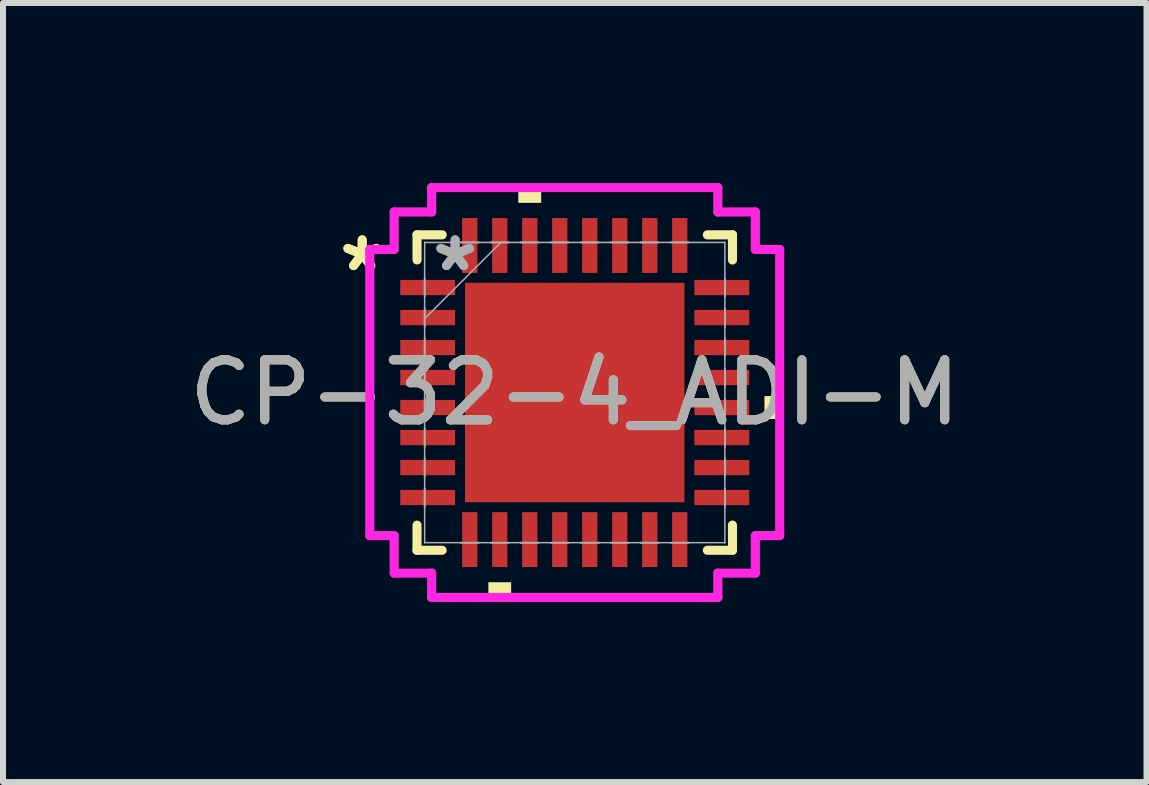
<source format=kicad_pcb>
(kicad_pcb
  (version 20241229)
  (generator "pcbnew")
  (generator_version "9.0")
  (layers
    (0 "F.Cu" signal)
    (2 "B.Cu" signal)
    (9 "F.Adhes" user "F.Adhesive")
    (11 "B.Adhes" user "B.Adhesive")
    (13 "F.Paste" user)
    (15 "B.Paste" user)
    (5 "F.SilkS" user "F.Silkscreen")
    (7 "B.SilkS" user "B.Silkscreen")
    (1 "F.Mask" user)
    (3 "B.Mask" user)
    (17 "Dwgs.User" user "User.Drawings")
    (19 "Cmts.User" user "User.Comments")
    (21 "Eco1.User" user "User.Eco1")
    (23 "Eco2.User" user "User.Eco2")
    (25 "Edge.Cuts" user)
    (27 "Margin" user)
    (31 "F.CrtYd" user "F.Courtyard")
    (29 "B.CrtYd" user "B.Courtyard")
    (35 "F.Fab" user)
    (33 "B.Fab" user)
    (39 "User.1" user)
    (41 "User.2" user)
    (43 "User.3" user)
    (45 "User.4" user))
  (footprint "CP-32-4_ADI-M"
    (layer "F.Cu")
    (at 6.53 3.493)
    (property "Reference" "CP-32-4_ADI-M" (at 0 0 0) (unlocked yes) (layer "F.SilkS") (effects (font (size 1 1) (thickness 0.15))))
    (attr smd)
    (fp_line (start -2.629 -2.629) (end -2.629 -2.21) (stroke (width 0.152) (type solid)) (layer "F.SilkS"))
    (fp_line (start -2.629 2.21) (end -2.629 2.629) (stroke (width 0.152) (type solid)) (layer "F.SilkS"))
    (fp_line (start -2.629 2.629) (end -2.21 2.629) (stroke (width 0.152) (type solid)) (layer "F.SilkS"))
    (fp_line (start -2.21 -2.629) (end -2.629 -2.629) (stroke (width 0.152) (type solid)) (layer "F.SilkS"))
    (fp_line (start 2.21 2.629) (end 2.629 2.629) (stroke (width 0.152) (type solid)) (layer "F.SilkS"))
    (fp_line (start 2.629 -2.629) (end 2.21 -2.629) (stroke (width 0.152) (type solid)) (layer "F.SilkS"))
    (fp_line (start 2.629 -2.21) (end 2.629 -2.629) (stroke (width 0.152) (type solid)) (layer "F.SilkS"))
    (fp_line (start 2.629 2.629) (end 2.629 2.21) (stroke (width 0.152) (type solid)) (layer "F.SilkS"))
    (fp_poly (pts (xy -1.44 3.162) (xy -1.44 3.416) (xy -1.06 3.416) (xy -1.06 3.162)) (stroke (width 0) (type solid)) (fill yes) (layer "F.SilkS"))
    (fp_poly (pts (xy -0.941 -3.162) (xy -0.941 -3.416) (xy -0.56 -3.416) (xy -0.56 -3.162)) (stroke (width 0) (type solid)) (fill yes) (layer "F.SilkS"))
    (fp_poly (pts (xy 3.416 0.059) (xy 3.416 0.441) (xy 3.162 0.441) (xy 3.162 0.059)) (stroke (width 0) (type solid)) (fill yes) (layer "F.SilkS"))
    (fp_poly (pts (xy -1.729 -1.729) (xy -1.729 -0.1) (xy -0.1 -0.1) (xy -0.1 -1.729)) (stroke (width 0) (type solid)) (fill yes) (layer "F.Paste"))
    (fp_poly (pts (xy -1.729 0.1) (xy -1.729 1.729) (xy -0.1 1.729) (xy -0.1 0.1)) (stroke (width 0) (type solid)) (fill yes) (layer "F.Paste"))
    (fp_poly (pts (xy 0.1 -1.729) (xy 0.1 -0.1) (xy 1.729 -0.1) (xy 1.729 -1.729)) (stroke (width 0) (type solid)) (fill yes) (layer "F.Paste"))
    (fp_poly (pts (xy 0.1 0.1) (xy 0.1 1.729) (xy 1.729 1.729) (xy 1.729 0.1)) (stroke (width 0) (type solid)) (fill yes) (layer "F.Paste"))
    (fp_line (start -3.416 -2.385) (end -3.01 -2.385) (stroke (width 0.152) (type solid)) (layer "F.CrtYd"))
    (fp_line (start -3.416 2.385) (end -3.416 -2.385) (stroke (width 0.152) (type solid)) (layer "F.CrtYd"))
    (fp_line (start -3.01 -3.01) (end -2.385 -3.01) (stroke (width 0.152) (type solid)) (layer "F.CrtYd"))
    (fp_line (start -3.01 -2.385) (end -3.01 -3.01) (stroke (width 0.152) (type solid)) (layer "F.CrtYd"))
    (fp_line (start -3.01 2.385) (end -3.416 2.385) (stroke (width 0.152) (type solid)) (layer "F.CrtYd"))
    (fp_line (start -3.01 3.01) (end -3.01 2.385) (stroke (width 0.152) (type solid)) (layer "F.CrtYd"))
    (fp_line (start -2.385 -3.416) (end 2.385 -3.416) (stroke (width 0.152) (type solid)) (layer "F.CrtYd"))
    (fp_line (start -2.385 -3.01) (end -2.385 -3.416) (stroke (width 0.152) (type solid)) (layer "F.CrtYd"))
    (fp_line (start -2.385 3.01) (end -3.01 3.01) (stroke (width 0.152) (type solid)) (layer "F.CrtYd"))
    (fp_line (start -2.385 3.416) (end -2.385 3.01) (stroke (width 0.152) (type solid)) (layer "F.CrtYd"))
    (fp_line (start 2.385 -3.416) (end 2.385 -3.01) (stroke (width 0.152) (type solid)) (layer "F.CrtYd"))
    (fp_line (start 2.385 -3.01) (end 3.01 -3.01) (stroke (width 0.152) (type solid)) (layer "F.CrtYd"))
    (fp_line (start 2.385 3.01) (end 2.385 3.416) (stroke (width 0.152) (type solid)) (layer "F.CrtYd"))
    (fp_line (start 2.385 3.416) (end -2.385 3.416) (stroke (width 0.152) (type solid)) (layer "F.CrtYd"))
    (fp_line (start 3.01 -3.01) (end 3.01 -2.385) (stroke (width 0.152) (type solid)) (layer "F.CrtYd"))
    (fp_line (start 3.01 -2.385) (end 3.416 -2.385) (stroke (width 0.152) (type solid)) (layer "F.CrtYd"))
    (fp_line (start 3.01 2.385) (end 3.01 3.01) (stroke (width 0.152) (type solid)) (layer "F.CrtYd"))
    (fp_line (start 3.01 3.01) (end 2.385 3.01) (stroke (width 0.152) (type solid)) (layer "F.CrtYd"))
    (fp_line (start 3.416 -2.385) (end 3.416 2.385) (stroke (width 0.152) (type solid)) (layer "F.CrtYd"))
    (fp_line (start 3.416 2.385) (end 3.01 2.385) (stroke (width 0.152) (type solid)) (layer "F.CrtYd"))
    (fp_line (start -2.502 -2.502) (end -2.502 -2.502) (stroke (width 0.025) (type solid)) (layer "F.Fab"))
    (fp_line (start -2.502 -2.502) (end -2.502 2.502) (stroke (width 0.025) (type solid)) (layer "F.Fab"))
    (fp_line (start -2.502 -1.902) (end -2.502 -1.902) (stroke (width 0.025) (type solid)) (layer "F.Fab"))
    (fp_line (start -2.502 -1.902) (end -2.502 -1.598) (stroke (width 0.025) (type solid)) (layer "F.Fab"))
    (fp_line (start -2.502 -1.598) (end -2.502 -1.902) (stroke (width 0.025) (type solid)) (layer "F.Fab"))
    (fp_line (start -2.502 -1.598) (end -2.502 -1.598) (stroke (width 0.025) (type solid)) (layer "F.Fab"))
    (fp_line (start -2.502 -1.402) (end -2.502 -1.402) (stroke (width 0.025) (type solid)) (layer "F.Fab"))
    (fp_line (start -2.502 -1.402) (end -2.502 -1.098) (stroke (width 0.025) (type solid)) (layer "F.Fab"))
    (fp_line (start -2.502 -1.232) (end -1.232 -2.502) (stroke (width 0.025) (type solid)) (layer "F.Fab"))
    (fp_line (start -2.502 -1.098) (end -2.502 -1.402) (stroke (width 0.025) (type solid)) (layer "F.Fab"))
    (fp_line (start -2.502 -1.098) (end -2.502 -1.098) (stroke (width 0.025) (type solid)) (layer "F.Fab"))
    (fp_line (start -2.502 -0.902) (end -2.502 -0.902) (stroke (width 0.025) (type solid)) (layer "F.Fab"))
    (fp_line (start -2.502 -0.902) (end -2.502 -0.598) (stroke (width 0.025) (type solid)) (layer "F.Fab"))
    (fp_line (start -2.502 -0.598) (end -2.502 -0.902) (stroke (width 0.025) (type solid)) (layer "F.Fab"))
    (fp_line (start -2.502 -0.598) (end -2.502 -0.598) (stroke (width 0.025) (type solid)) (layer "F.Fab"))
    (fp_line (start -2.502 -0.402) (end -2.502 -0.402) (stroke (width 0.025) (type solid)) (layer "F.Fab"))
    (fp_line (start -2.502 -0.402) (end -2.502 -0.098) (stroke (width 0.025) (type solid)) (layer "F.Fab"))
    (fp_line (start -2.502 -0.098) (end -2.502 -0.402) (stroke (width 0.025) (type solid)) (layer "F.Fab"))
    (fp_line (start -2.502 -0.098) (end -2.502 -0.098) (stroke (width 0.025) (type solid)) (layer "F.Fab"))
    (fp_line (start -2.502 0.098) (end -2.502 0.098) (stroke (width 0.025) (type solid)) (layer "F.Fab"))
    (fp_line (start -2.502 0.098) (end -2.502 0.402) (stroke (width 0.025) (type solid)) (layer "F.Fab"))
    (fp_line (start -2.502 0.402) (end -2.502 0.098) (stroke (width 0.025) (type solid)) (layer "F.Fab"))
    (fp_line (start -2.502 0.402) (end -2.502 0.402) (stroke (width 0.025) (type solid)) (layer "F.Fab"))
    (fp_line (start -2.502 0.598) (end -2.502 0.598) (stroke (width 0.025) (type solid)) (layer "F.Fab"))
    (fp_line (start -2.502 0.598) (end -2.502 0.902) (stroke (width 0.025) (type solid)) (layer "F.Fab"))
    (fp_line (start -2.502 0.902) (end -2.502 0.598) (stroke (width 0.025) (type solid)) (layer "F.Fab"))
    (fp_line (start -2.502 0.902) (end -2.502 0.902) (stroke (width 0.025) (type solid)) (layer "F.Fab"))
    (fp_line (start -2.502 1.098) (end -2.502 1.098) (stroke (width 0.025) (type solid)) (layer "F.Fab"))
    (fp_line (start -2.502 1.098) (end -2.502 1.402) (stroke (width 0.025) (type solid)) (layer "F.Fab"))
    (fp_line (start -2.502 1.402) (end -2.502 1.098) (stroke (width 0.025) (type solid)) (layer "F.Fab"))
    (fp_line (start -2.502 1.402) (end -2.502 1.402) (stroke (width 0.025) (type solid)) (layer "F.Fab"))
    (fp_line (start -2.502 1.598) (end -2.502 1.598) (stroke (width 0.025) (type solid)) (layer "F.Fab"))
    (fp_line (start -2.502 1.598) (end -2.502 1.902) (stroke (width 0.025) (type solid)) (layer "F.Fab"))
    (fp_line (start -2.502 1.902) (end -2.502 1.598) (stroke (width 0.025) (type solid)) (layer "F.Fab"))
    (fp_line (start -2.502 1.902) (end -2.502 1.902) (stroke (width 0.025) (type solid)) (layer "F.Fab"))
    (fp_line (start -2.502 2.502) (end -2.502 2.502) (stroke (width 0.025) (type solid)) (layer "F.Fab"))
    (fp_line (start -2.502 2.502) (end 2.502 2.502) (stroke (width 0.025) (type solid)) (layer "F.Fab"))
    (fp_line (start -1.902 -2.502) (end -1.902 -2.502) (stroke (width 0.025) (type solid)) (layer "F.Fab"))
    (fp_line (start -1.902 -2.502) (end -1.598 -2.502) (stroke (width 0.025) (type solid)) (layer "F.Fab"))
    (fp_line (start -1.902 2.502) (end -1.902 2.502) (stroke (width 0.025) (type solid)) (layer "F.Fab"))
    (fp_line (start -1.902 2.502) (end -1.598 2.502) (stroke (width 0.025) (type solid)) (layer "F.Fab"))
    (fp_line (start -1.598 -2.502) (end -1.902 -2.502) (stroke (width 0.025) (type solid)) (layer "F.Fab"))
    (fp_line (start -1.598 -2.502) (end -1.598 -2.502) (stroke (width 0.025) (type solid)) (layer "F.Fab"))
    (fp_line (start -1.598 2.502) (end -1.902 2.502) (stroke (width 0.025) (type solid)) (layer "F.Fab"))
    (fp_line (start -1.598 2.502) (end -1.598 2.502) (stroke (width 0.025) (type solid)) (layer "F.Fab"))
    (fp_line (start -1.402 -2.502) (end -1.402 -2.502) (stroke (width 0.025) (type solid)) (layer "F.Fab"))
    (fp_line (start -1.402 -2.502) (end -1.098 -2.502) (stroke (width 0.025) (type solid)) (layer "F.Fab"))
    (fp_line (start -1.402 2.502) (end -1.402 2.502) (stroke (width 0.025) (type solid)) (layer "F.Fab"))
    (fp_line (start -1.402 2.502) (end -1.098 2.502) (stroke (width 0.025) (type solid)) (layer "F.Fab"))
    (fp_line (start -1.098 -2.502) (end -1.402 -2.502) (stroke (width 0.025) (type solid)) (layer "F.Fab"))
    (fp_line (start -1.098 -2.502) (end -1.098 -2.502) (stroke (width 0.025) (type solid)) (layer "F.Fab"))
    (fp_line (start -1.098 2.502) (end -1.402 2.502) (stroke (width 0.025) (type solid)) (layer "F.Fab"))
    (fp_line (start -1.098 2.502) (end -1.098 2.502) (stroke (width 0.025) (type solid)) (layer "F.Fab"))
    (fp_line (start -0.902 -2.502) (end -0.902 -2.502) (stroke (width 0.025) (type solid)) (layer "F.Fab"))
    (fp_line (start -0.902 -2.502) (end -0.598 -2.502) (stroke (width 0.025) (type solid)) (layer "F.Fab"))
    (fp_line (start -0.902 2.502) (end -0.902 2.502) (stroke (width 0.025) (type solid)) (layer "F.Fab"))
    (fp_line (start -0.902 2.502) (end -0.598 2.502) (stroke (width 0.025) (type solid)) (layer "F.Fab"))
    (fp_line (start -0.598 -2.502) (end -0.902 -2.502) (stroke (width 0.025) (type solid)) (layer "F.Fab"))
    (fp_line (start -0.598 -2.502) (end -0.598 -2.502) (stroke (width 0.025) (type solid)) (layer "F.Fab"))
    (fp_line (start -0.598 2.502) (end -0.902 2.502) (stroke (width 0.025) (type solid)) (layer "F.Fab"))
    (fp_line (start -0.598 2.502) (end -0.598 2.502) (stroke (width 0.025) (type solid)) (layer "F.Fab"))
    (fp_line (start -0.402 -2.502) (end -0.402 -2.502) (stroke (width 0.025) (type solid)) (layer "F.Fab"))
    (fp_line (start -0.402 -2.502) (end -0.098 -2.502) (stroke (width 0.025) (type solid)) (layer "F.Fab"))
    (fp_line (start -0.402 2.502) (end -0.402 2.502) (stroke (width 0.025) (type solid)) (layer "F.Fab"))
    (fp_line (start -0.402 2.502) (end -0.098 2.502) (stroke (width 0.025) (type solid)) (layer "F.Fab"))
    (fp_line (start -0.098 -2.502) (end -0.402 -2.502) (stroke (width 0.025) (type solid)) (layer "F.Fab"))
    (fp_line (start -0.098 -2.502) (end -0.098 -2.502) (stroke (width 0.025) (type solid)) (layer "F.Fab"))
    (fp_line (start -0.098 2.502) (end -0.402 2.502) (stroke (width 0.025) (type solid)) (layer "F.Fab"))
    (fp_line (start -0.098 2.502) (end -0.098 2.502) (stroke (width 0.025) (type solid)) (layer "F.Fab"))
    (fp_line (start 0.098 -2.502) (end 0.098 -2.502) (stroke (width 0.025) (type solid)) (layer "F.Fab"))
    (fp_line (start 0.098 -2.502) (end 0.402 -2.502) (stroke (width 0.025) (type solid)) (layer "F.Fab"))
    (fp_line (start 0.098 2.502) (end 0.098 2.502) (stroke (width 0.025) (type solid)) (layer "F.Fab"))
    (fp_line (start 0.098 2.502) (end 0.402 2.502) (stroke (width 0.025) (type solid)) (layer "F.Fab"))
    (fp_line (start 0.402 -2.502) (end 0.098 -2.502) (stroke (width 0.025) (type solid)) (layer "F.Fab"))
    (fp_line (start 0.402 -2.502) (end 0.402 -2.502) (stroke (width 0.025) (type solid)) (layer "F.Fab"))
    (fp_line (start 0.402 2.502) (end 0.098 2.502) (stroke (width 0.025) (type solid)) (layer "F.Fab"))
    (fp_line (start 0.402 2.502) (end 0.402 2.502) (stroke (width 0.025) (type solid)) (layer "F.Fab"))
    (fp_line (start 0.598 -2.502) (end 0.598 -2.502) (stroke (width 0.025) (type solid)) (layer "F.Fab"))
    (fp_line (start 0.598 -2.502) (end 0.902 -2.502) (stroke (width 0.025) (type solid)) (layer "F.Fab"))
    (fp_line (start 0.598 2.502) (end 0.598 2.502) (stroke (width 0.025) (type solid)) (layer "F.Fab"))
    (fp_line (start 0.598 2.502) (end 0.902 2.502) (stroke (width 0.025) (type solid)) (layer "F.Fab"))
    (fp_line (start 0.902 -2.502) (end 0.598 -2.502) (stroke (width 0.025) (type solid)) (layer "F.Fab"))
    (fp_line (start 0.902 -2.502) (end 0.902 -2.502) (stroke (width 0.025) (type solid)) (layer "F.Fab"))
    (fp_line (start 0.902 2.502) (end 0.598 2.502) (stroke (width 0.025) (type solid)) (layer "F.Fab"))
    (fp_line (start 0.902 2.502) (end 0.902 2.502) (stroke (width 0.025) (type solid)) (layer "F.Fab"))
    (fp_line (start 1.098 -2.502) (end 1.098 -2.502) (stroke (width 0.025) (type solid)) (layer "F.Fab"))
    (fp_line (start 1.098 -2.502) (end 1.402 -2.502) (stroke (width 0.025) (type solid)) (layer "F.Fab"))
    (fp_line (start 1.098 2.502) (end 1.098 2.502) (stroke (width 0.025) (type solid)) (layer "F.Fab"))
    (fp_line (start 1.098 2.502) (end 1.402 2.502) (stroke (width 0.025) (type solid)) (layer "F.Fab"))
    (fp_line (start 1.402 -2.502) (end 1.098 -2.502) (stroke (width 0.025) (type solid)) (layer "F.Fab"))
    (fp_line (start 1.402 -2.502) (end 1.402 -2.502) (stroke (width 0.025) (type solid)) (layer "F.Fab"))
    (fp_line (start 1.402 2.502) (end 1.098 2.502) (stroke (width 0.025) (type solid)) (layer "F.Fab"))
    (fp_line (start 1.402 2.502) (end 1.402 2.502) (stroke (width 0.025) (type solid)) (layer "F.Fab"))
    (fp_line (start 1.598 -2.502) (end 1.598 -2.502) (stroke (width 0.025) (type solid)) (layer "F.Fab"))
    (fp_line (start 1.598 -2.502) (end 1.902 -2.502) (stroke (width 0.025) (type solid)) (layer "F.Fab"))
    (fp_line (start 1.598 2.502) (end 1.598 2.502) (stroke (width 0.025) (type solid)) (layer "F.Fab"))
    (fp_line (start 1.598 2.502) (end 1.902 2.502) (stroke (width 0.025) (type solid)) (layer "F.Fab"))
    (fp_line (start 1.902 -2.502) (end 1.598 -2.502) (stroke (width 0.025) (type solid)) (layer "F.Fab"))
    (fp_line (start 1.902 -2.502) (end 1.902 -2.502) (stroke (width 0.025) (type solid)) (layer "F.Fab"))
    (fp_line (start 1.902 2.502) (end 1.598 2.502) (stroke (width 0.025) (type solid)) (layer "F.Fab"))
    (fp_line (start 1.902 2.502) (end 1.902 2.502) (stroke (width 0.025) (type solid)) (layer "F.Fab"))
    (fp_line (start 2.502 -2.502) (end -2.502 -2.502) (stroke (width 0.025) (type solid)) (layer "F.Fab"))
    (fp_line (start 2.502 -2.502) (end 2.502 -2.502) (stroke (width 0.025) (type solid)) (layer "F.Fab"))
    (fp_line (start 2.502 -1.902) (end 2.502 -1.902) (stroke (width 0.025) (type solid)) (layer "F.Fab"))
    (fp_line (start 2.502 -1.902) (end 2.502 -1.598) (stroke (width 0.025) (type solid)) (layer "F.Fab"))
    (fp_line (start 2.502 -1.598) (end 2.502 -1.902) (stroke (width 0.025) (type solid)) (layer "F.Fab"))
    (fp_line (start 2.502 -1.598) (end 2.502 -1.598) (stroke (width 0.025) (type solid)) (layer "F.Fab"))
    (fp_line (start 2.502 -1.402) (end 2.502 -1.402) (stroke (width 0.025) (type solid)) (layer "F.Fab"))
    (fp_line (start 2.502 -1.402) (end 2.502 -1.098) (stroke (width 0.025) (type solid)) (layer "F.Fab"))
    (fp_line (start 2.502 -1.098) (end 2.502 -1.402) (stroke (width 0.025) (type solid)) (layer "F.Fab"))
    (fp_line (start 2.502 -1.098) (end 2.502 -1.098) (stroke (width 0.025) (type solid)) (layer "F.Fab"))
    (fp_line (start 2.502 -0.902) (end 2.502 -0.902) (stroke (width 0.025) (type solid)) (layer "F.Fab"))
    (fp_line (start 2.502 -0.902) (end 2.502 -0.598) (stroke (width 0.025) (type solid)) (layer "F.Fab"))
    (fp_line (start 2.502 -0.598) (end 2.502 -0.902) (stroke (width 0.025) (type solid)) (layer "F.Fab"))
    (fp_line (start 2.502 -0.598) (end 2.502 -0.598) (stroke (width 0.025) (type solid)) (layer "F.Fab"))
    (fp_line (start 2.502 -0.402) (end 2.502 -0.402) (stroke (width 0.025) (type solid)) (layer "F.Fab"))
    (fp_line (start 2.502 -0.402) (end 2.502 -0.098) (stroke (width 0.025) (type solid)) (layer "F.Fab"))
    (fp_line (start 2.502 -0.098) (end 2.502 -0.402) (stroke (width 0.025) (type solid)) (layer "F.Fab"))
    (fp_line (start 2.502 -0.098) (end 2.502 -0.098) (stroke (width 0.025) (type solid)) (layer "F.Fab"))
    (fp_line (start 2.502 0.098) (end 2.502 0.098) (stroke (width 0.025) (type solid)) (layer "F.Fab"))
    (fp_line (start 2.502 0.098) (end 2.502 0.402) (stroke (width 0.025) (type solid)) (layer "F.Fab"))
    (fp_line (start 2.502 0.402) (end 2.502 0.098) (stroke (width 0.025) (type solid)) (layer "F.Fab"))
    (fp_line (start 2.502 0.402) (end 2.502 0.402) (stroke (width 0.025) (type solid)) (layer "F.Fab"))
    (fp_line (start 2.502 0.598) (end 2.502 0.598) (stroke (width 0.025) (type solid)) (layer "F.Fab"))
    (fp_line (start 2.502 0.598) (end 2.502 0.902) (stroke (width 0.025) (type solid)) (layer "F.Fab"))
    (fp_line (start 2.502 0.902) (end 2.502 0.598) (stroke (width 0.025) (type solid)) (layer "F.Fab"))
    (fp_line (start 2.502 0.902) (end 2.502 0.902) (stroke (width 0.025) (type solid)) (layer "F.Fab"))
    (fp_line (start 2.502 1.098) (end 2.502 1.098) (stroke (width 0.025) (type solid)) (layer "F.Fab"))
    (fp_line (start 2.502 1.098) (end 2.502 1.402) (stroke (width 0.025) (type solid)) (layer "F.Fab"))
    (fp_line (start 2.502 1.402) (end 2.502 1.098) (stroke (width 0.025) (type solid)) (layer "F.Fab"))
    (fp_line (start 2.502 1.402) (end 2.502 1.402) (stroke (width 0.025) (type solid)) (layer "F.Fab"))
    (fp_line (start 2.502 1.598) (end 2.502 1.598) (stroke (width 0.025) (type solid)) (layer "F.Fab"))
    (fp_line (start 2.502 1.598) (end 2.502 1.902) (stroke (width 0.025) (type solid)) (layer "F.Fab"))
    (fp_line (start 2.502 1.902) (end 2.502 1.598) (stroke (width 0.025) (type solid)) (layer "F.Fab"))
    (fp_line (start 2.502 1.902) (end 2.502 1.902) (stroke (width 0.025) (type solid)) (layer "F.Fab"))
    (fp_line (start 2.502 2.502) (end 2.502 -2.502) (stroke (width 0.025) (type solid)) (layer "F.Fab"))
    (fp_line (start 2.502 2.502) (end 2.502 2.502) (stroke (width 0.025) (type solid)) (layer "F.Fab"))
    (fp_text user "*" (at -3.543 -2 0) (unlocked yes) (layer "F.SilkS") (effects (font (size 1 1) (thickness 0.15))))
    (fp_text user "*" (at -3.543 -2 0) (layer "F.SilkS") (effects (font (size 1 1) (thickness 0.15))))
    (fp_text user "${REFERENCE}" (at 0 0 0) (unlocked yes) (layer "F.Fab") (effects (font (size 1 1) (thickness 0.15))))
    (fp_text user "*" (at -1.994 -2 0) (layer "F.Fab") (effects (font (size 1 1) (thickness 0.15))))
    (fp_text user "*" (at -1.994 -2 0) (unlocked yes) (layer "F.Fab") (effects (font (size 1 1) (thickness 0.15))))
    (pad "1" smd rect (at -2.451 -1.75 90) (size 0.254 0.914) (layers "F.Cu" "F.Mask" "F.Paste"))
    (pad "2" smd rect (at -2.451 -1.25 90) (size 0.254 0.914) (layers "F.Cu" "F.Mask" "F.Paste"))
    (pad "3" smd rect (at -2.451 -0.75 90) (size 0.254 0.914) (layers "F.Cu" "F.Mask" "F.Paste"))
    (pad "4" smd rect (at -2.451 -0.25 90) (size 0.254 0.914) (layers "F.Cu" "F.Mask" "F.Paste"))
    (pad "5" smd rect (at -2.451 0.25 90) (size 0.254 0.914) (layers "F.Cu" "F.Mask" "F.Paste"))
    (pad "6" smd rect (at -2.451 0.75 90) (size 0.254 0.914) (layers "F.Cu" "F.Mask" "F.Paste"))
    (pad "7" smd rect (at -2.451 1.25 90) (size 0.254 0.914) (layers "F.Cu" "F.Mask" "F.Paste"))
    (pad "8" smd rect (at -2.451 1.75 90) (size 0.254 0.914) (layers "F.Cu" "F.Mask" "F.Paste"))
    (pad "9" smd rect (at -1.75 2.451) (size 0.254 0.914) (layers "F.Cu" "F.Mask" "F.Paste"))
    (pad "10" smd rect (at -1.25 2.451) (size 0.254 0.914) (layers "F.Cu" "F.Mask" "F.Paste"))
    (pad "11" smd rect (at -0.75 2.451) (size 0.254 0.914) (layers "F.Cu" "F.Mask" "F.Paste"))
    (pad "12" smd rect (at -0.25 2.451) (size 0.254 0.914) (layers "F.Cu" "F.Mask" "F.Paste"))
    (pad "13" smd rect (at 0.25 2.451) (size 0.254 0.914) (layers "F.Cu" "F.Mask" "F.Paste"))
    (pad "14" smd rect (at 0.75 2.451) (size 0.254 0.914) (layers "F.Cu" "F.Mask" "F.Paste"))
    (pad "15" smd rect (at 1.25 2.451) (size 0.254 0.914) (layers "F.Cu" "F.Mask" "F.Paste"))
    (pad "16" smd rect (at 1.75 2.451) (size 0.254 0.914) (layers "F.Cu" "F.Mask" "F.Paste"))
    (pad "17" smd rect (at 2.451 1.75 90) (size 0.254 0.914) (layers "F.Cu" "F.Mask" "F.Paste"))
    (pad "18" smd rect (at 2.451 1.25 90) (size 0.254 0.914) (layers "F.Cu" "F.Mask" "F.Paste"))
    (pad "19" smd rect (at 2.451 0.75 90) (size 0.254 0.914) (layers "F.Cu" "F.Mask" "F.Paste"))
    (pad "20" smd rect (at 2.451 0.25 90) (size 0.254 0.914) (layers "F.Cu" "F.Mask" "F.Paste"))
    (pad "21" smd rect (at 2.451 -0.25 90) (size 0.254 0.914) (layers "F.Cu" "F.Mask" "F.Paste"))
    (pad "22" smd rect (at 2.451 -0.75 90) (size 0.254 0.914) (layers "F.Cu" "F.Mask" "F.Paste"))
    (pad "23" smd rect (at 2.451 -1.25 90) (size 0.254 0.914) (layers "F.Cu" "F.Mask" "F.Paste"))
    (pad "24" smd rect (at 2.451 -1.75 90) (size 0.254 0.914) (layers "F.Cu" "F.Mask" "F.Paste"))
    (pad "25" smd rect (at 1.75 -2.451) (size 0.254 0.914) (layers "F.Cu" "F.Mask" "F.Paste"))
    (pad "26" smd rect (at 1.25 -2.451) (size 0.254 0.914) (layers "F.Cu" "F.Mask" "F.Paste"))
    (pad "27" smd rect (at 0.75 -2.451) (size 0.254 0.914) (layers "F.Cu" "F.Mask" "F.Paste"))
    (pad "28" smd rect (at 0.25 -2.451) (size 0.254 0.914) (layers "F.Cu" "F.Mask" "F.Paste"))
    (pad "29" smd rect (at -0.25 -2.451) (size 0.254 0.914) (layers "F.Cu" "F.Mask" "F.Paste"))
    (pad "30" smd rect (at -0.75 -2.451) (size 0.254 0.914) (layers "F.Cu" "F.Mask" "F.Paste"))
    (pad "31" smd rect (at -1.25 -2.451) (size 0.254 0.914) (layers "F.Cu" "F.Mask" "F.Paste"))
    (pad "32" smd rect (at -1.75 -2.451) (size 0.254 0.914) (layers "F.Cu" "F.Mask" "F.Paste"))
    (pad "33" smd rect (at 0 0) (size 3.658 3.658) (layers "F.Cu" "F.Mask" "F.Paste")))
  (gr_rect
    (start -3 -3)
    (end 16.06 9.985)
    (stroke (width 0.1) (type default))
    (fill no)
    (layer "Edge.Cuts")))
</source>
